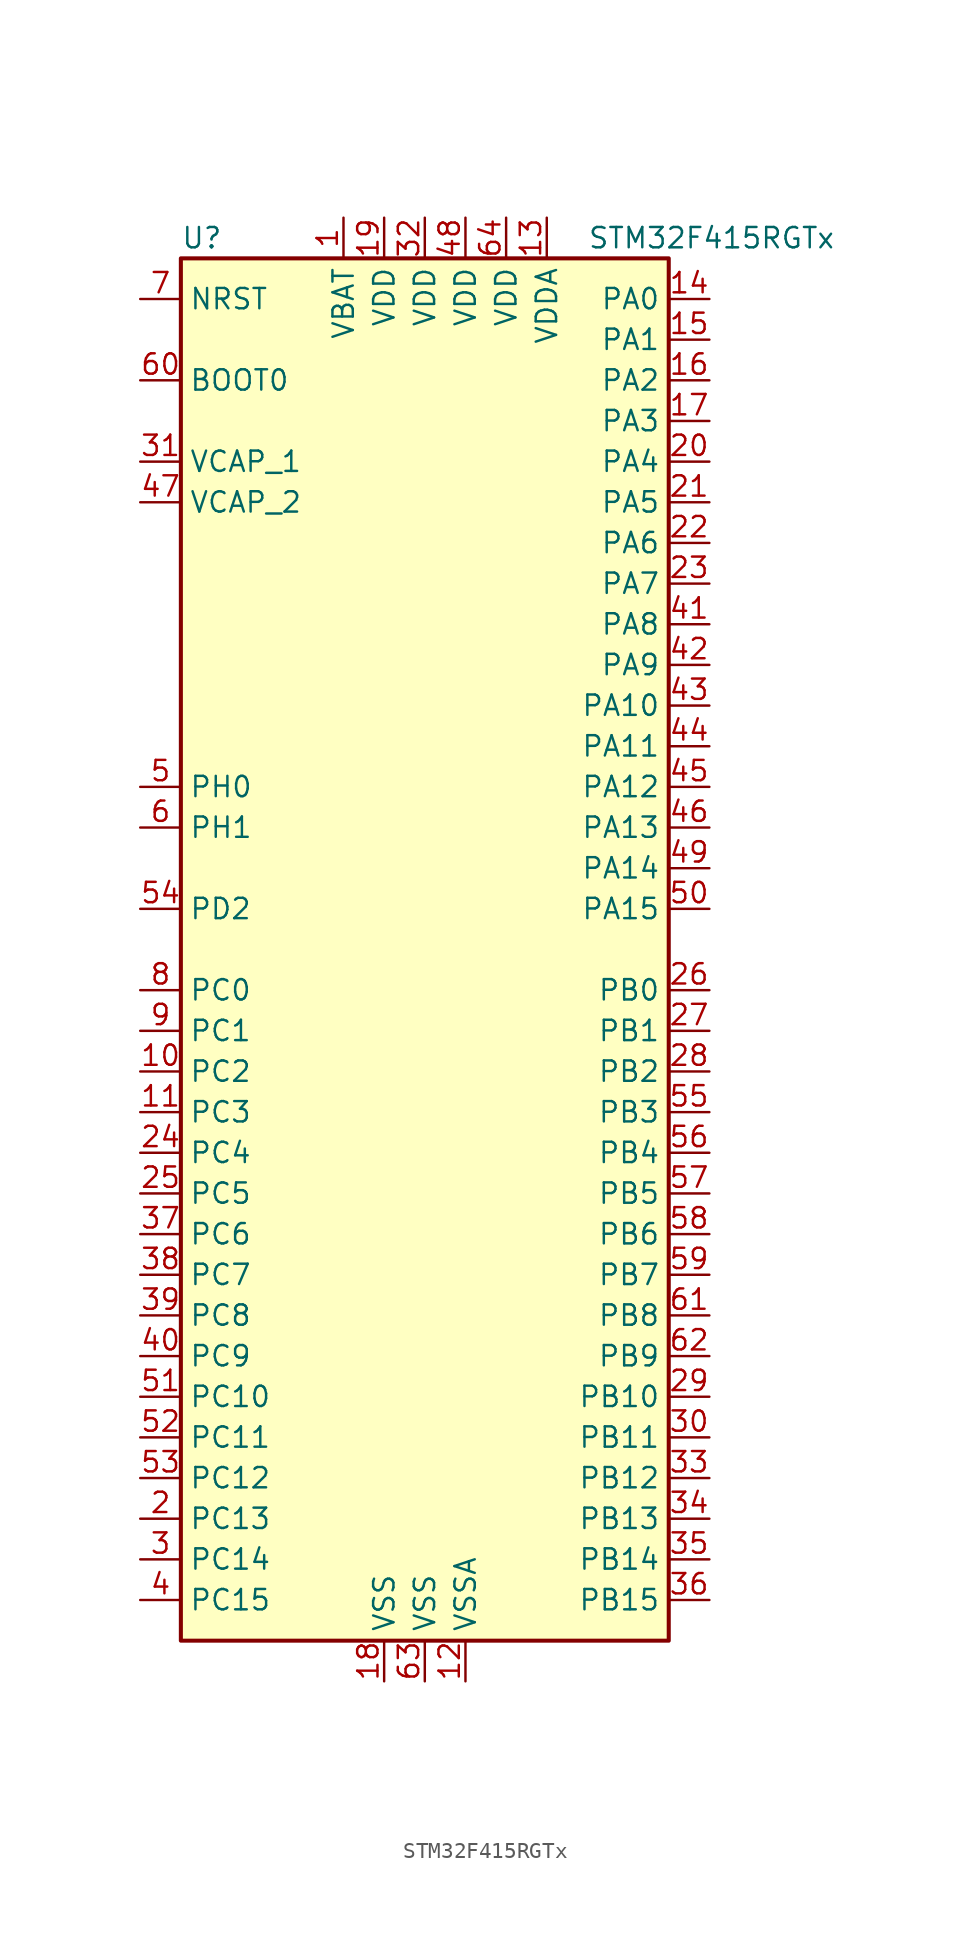
<source format=kicad_sym>
(kicad_symbol_lib
  (version 20211014)
  (generator kicad_symbol_editor)
  (symbol "STM32F415RGTx"
    (property "Reference" "U"
      (at -15.24 44.45 0)
      (effects (font (size 1.27 1.27)) (justify left)))
    (property "Value" "STM32F415RGTx"
      (at 10.16 44.45 0)
      (effects (font (size 1.27 1.27)) (justify left)))
    (symbol "STM32F415RGTx_0_1"
      (rectangle (start -15.24 -43.18) (end 15.24 43.18) (stroke (width 0.254) (type default) (color 0 0 0 0)) (fill (type background))))
    (symbol "STM32F415RGTx_1_1"
      (pin power_in line (at -5.08 45.72 270) (length 2.54) (name "VBAT" (effects (font (size 1.27 1.27)))) (number "1" (effects (font (size 1.27 1.27)))))
      (pin bidirectional line (at -17.78 -7.62 0) (length 2.54) (name "PC2" (effects (font (size 1.27 1.27)))) (number "10" (effects (font (size 1.27 1.27)))))
      (pin bidirectional line (at -17.78 -10.16 0) (length 2.54) (name "PC3" (effects (font (size 1.27 1.27)))) (number "11" (effects (font (size 1.27 1.27)))))
      (pin power_in line (at 2.54 -45.72 90) (length 2.54) (name "VSSA" (effects (font (size 1.27 1.27)))) (number "12" (effects (font (size 1.27 1.27)))))
      (pin power_in line (at 7.62 45.72 270) (length 2.54) (name "VDDA" (effects (font (size 1.27 1.27)))) (number "13" (effects (font (size 1.27 1.27)))))
      (pin bidirectional line (at 17.78 40.64 180) (length 2.54) (name "PA0" (effects (font (size 1.27 1.27)))) (number "14" (effects (font (size 1.27 1.27)))))
      (pin bidirectional line (at 17.78 38.1 180) (length 2.54) (name "PA1" (effects (font (size 1.27 1.27)))) (number "15" (effects (font (size 1.27 1.27)))))
      (pin bidirectional line (at 17.78 35.56 180) (length 2.54) (name "PA2" (effects (font (size 1.27 1.27)))) (number "16" (effects (font (size 1.27 1.27)))))
      (pin bidirectional line (at 17.78 33.02 180) (length 2.54) (name "PA3" (effects (font (size 1.27 1.27)))) (number "17" (effects (font (size 1.27 1.27)))))
      (pin power_in line (at -2.54 -45.72 90) (length 2.54) (name "VSS" (effects (font (size 1.27 1.27)))) (number "18" (effects (font (size 1.27 1.27)))))
      (pin power_in line (at -2.54 45.72 270) (length 2.54) (name "VDD" (effects (font (size 1.27 1.27)))) (number "19" (effects (font (size 1.27 1.27)))))
      (pin bidirectional line (at -17.78 -35.56 0) (length 2.54) (name "PC13" (effects (font (size 1.27 1.27)))) (number "2" (effects (font (size 1.27 1.27)))))
      (pin bidirectional line (at 17.78 30.48 180) (length 2.54) (name "PA4" (effects (font (size 1.27 1.27)))) (number "20" (effects (font (size 1.27 1.27)))))
      (pin bidirectional line (at 17.78 27.94 180) (length 2.54) (name "PA5" (effects (font (size 1.27 1.27)))) (number "21" (effects (font (size 1.27 1.27)))))
      (pin bidirectional line (at 17.78 25.4 180) (length 2.54) (name "PA6" (effects (font (size 1.27 1.27)))) (number "22" (effects (font (size 1.27 1.27)))))
      (pin bidirectional line (at 17.78 22.86 180) (length 2.54) (name "PA7" (effects (font (size 1.27 1.27)))) (number "23" (effects (font (size 1.27 1.27)))))
      (pin bidirectional line (at -17.78 -12.7 0) (length 2.54) (name "PC4" (effects (font (size 1.27 1.27)))) (number "24" (effects (font (size 1.27 1.27)))))
      (pin bidirectional line (at -17.78 -15.24 0) (length 2.54) (name "PC5" (effects (font (size 1.27 1.27)))) (number "25" (effects (font (size 1.27 1.27)))))
      (pin bidirectional line (at 17.78 -2.54 180) (length 2.54) (name "PB0" (effects (font (size 1.27 1.27)))) (number "26" (effects (font (size 1.27 1.27)))))
      (pin bidirectional line (at 17.78 -5.08 180) (length 2.54) (name "PB1" (effects (font (size 1.27 1.27)))) (number "27" (effects (font (size 1.27 1.27)))))
      (pin bidirectional line (at 17.78 -7.62 180) (length 2.54) (name "PB2" (effects (font (size 1.27 1.27)))) (number "28" (effects (font (size 1.27 1.27)))))
      (pin bidirectional line (at 17.78 -27.94 180) (length 2.54) (name "PB10" (effects (font (size 1.27 1.27)))) (number "29" (effects (font (size 1.27 1.27)))))
      (pin bidirectional line (at -17.78 -38.1 0) (length 2.54) (name "PC14" (effects (font (size 1.27 1.27)))) (number "3" (effects (font (size 1.27 1.27)))))
      (pin bidirectional line (at 17.78 -30.48 180) (length 2.54) (name "PB11" (effects (font (size 1.27 1.27)))) (number "30" (effects (font (size 1.27 1.27)))))
      (pin power_in line (at -17.78 30.48 0) (length 2.54) (name "VCAP_1" (effects (font (size 1.27 1.27)))) (number "31" (effects (font (size 1.27 1.27)))))
      (pin power_in line (at 0 45.72 270) (length 2.54) (name "VDD" (effects (font (size 1.27 1.27)))) (number "32" (effects (font (size 1.27 1.27)))))
      (pin bidirectional line (at 17.78 -33.02 180) (length 2.54) (name "PB12" (effects (font (size 1.27 1.27)))) (number "33" (effects (font (size 1.27 1.27)))))
      (pin bidirectional line (at 17.78 -35.56 180) (length 2.54) (name "PB13" (effects (font (size 1.27 1.27)))) (number "34" (effects (font (size 1.27 1.27)))))
      (pin bidirectional line (at 17.78 -38.1 180) (length 2.54) (name "PB14" (effects (font (size 1.27 1.27)))) (number "35" (effects (font (size 1.27 1.27)))))
      (pin bidirectional line (at 17.78 -40.64 180) (length 2.54) (name "PB15" (effects (font (size 1.27 1.27)))) (number "36" (effects (font (size 1.27 1.27)))))
      (pin bidirectional line (at -17.78 -17.78 0) (length 2.54) (name "PC6" (effects (font (size 1.27 1.27)))) (number "37" (effects (font (size 1.27 1.27)))))
      (pin bidirectional line (at -17.78 -20.32 0) (length 2.54) (name "PC7" (effects (font (size 1.27 1.27)))) (number "38" (effects (font (size 1.27 1.27)))))
      (pin bidirectional line (at -17.78 -22.86 0) (length 2.54) (name "PC8" (effects (font (size 1.27 1.27)))) (number "39" (effects (font (size 1.27 1.27)))))
      (pin bidirectional line (at -17.78 -40.64 0) (length 2.54) (name "PC15" (effects (font (size 1.27 1.27)))) (number "4" (effects (font (size 1.27 1.27)))))
      (pin bidirectional line (at -17.78 -25.4 0) (length 2.54) (name "PC9" (effects (font (size 1.27 1.27)))) (number "40" (effects (font (size 1.27 1.27)))))
      (pin bidirectional line (at 17.78 20.32 180) (length 2.54) (name "PA8" (effects (font (size 1.27 1.27)))) (number "41" (effects (font (size 1.27 1.27)))))
      (pin bidirectional line (at 17.78 17.78 180) (length 2.54) (name "PA9" (effects (font (size 1.27 1.27)))) (number "42" (effects (font (size 1.27 1.27)))))
      (pin bidirectional line (at 17.78 15.24 180) (length 2.54) (name "PA10" (effects (font (size 1.27 1.27)))) (number "43" (effects (font (size 1.27 1.27)))))
      (pin bidirectional line (at 17.78 12.7 180) (length 2.54) (name "PA11" (effects (font (size 1.27 1.27)))) (number "44" (effects (font (size 1.27 1.27)))))
      (pin bidirectional line (at 17.78 10.16 180) (length 2.54) (name "PA12" (effects (font (size 1.27 1.27)))) (number "45" (effects (font (size 1.27 1.27)))))
      (pin bidirectional line (at 17.78 7.62 180) (length 2.54) (name "PA13" (effects (font (size 1.27 1.27)))) (number "46" (effects (font (size 1.27 1.27)))))
      (pin power_in line (at -17.78 27.94 0) (length 2.54) (name "VCAP_2" (effects (font (size 1.27 1.27)))) (number "47" (effects (font (size 1.27 1.27)))))
      (pin power_in line (at 2.54 45.72 270) (length 2.54) (name "VDD" (effects (font (size 1.27 1.27)))) (number "48" (effects (font (size 1.27 1.27)))))
      (pin bidirectional line (at 17.78 5.08 180) (length 2.54) (name "PA14" (effects (font (size 1.27 1.27)))) (number "49" (effects (font (size 1.27 1.27)))))
      (pin input line (at -17.78 10.16 0) (length 2.54) (name "PH0" (effects (font (size 1.27 1.27)))) (number "5" (effects (font (size 1.27 1.27)))))
      (pin bidirectional line (at 17.78 2.54 180) (length 2.54) (name "PA15" (effects (font (size 1.27 1.27)))) (number "50" (effects (font (size 1.27 1.27)))))
      (pin bidirectional line (at -17.78 -27.94 0) (length 2.54) (name "PC10" (effects (font (size 1.27 1.27)))) (number "51" (effects (font (size 1.27 1.27)))))
      (pin bidirectional line (at -17.78 -30.48 0) (length 2.54) (name "PC11" (effects (font (size 1.27 1.27)))) (number "52" (effects (font (size 1.27 1.27)))))
      (pin bidirectional line (at -17.78 -33.02 0) (length 2.54) (name "PC12" (effects (font (size 1.27 1.27)))) (number "53" (effects (font (size 1.27 1.27)))))
      (pin bidirectional line (at -17.78 2.54 0) (length 2.54) (name "PD2" (effects (font (size 1.27 1.27)))) (number "54" (effects (font (size 1.27 1.27)))))
      (pin bidirectional line (at 17.78 -10.16 180) (length 2.54) (name "PB3" (effects (font (size 1.27 1.27)))) (number "55" (effects (font (size 1.27 1.27)))))
      (pin bidirectional line (at 17.78 -12.7 180) (length 2.54) (name "PB4" (effects (font (size 1.27 1.27)))) (number "56" (effects (font (size 1.27 1.27)))))
      (pin bidirectional line (at 17.78 -15.24 180) (length 2.54) (name "PB5" (effects (font (size 1.27 1.27)))) (number "57" (effects (font (size 1.27 1.27)))))
      (pin bidirectional line (at 17.78 -17.78 180) (length 2.54) (name "PB6" (effects (font (size 1.27 1.27)))) (number "58" (effects (font (size 1.27 1.27)))))
      (pin bidirectional line (at 17.78 -20.32 180) (length 2.54) (name "PB7" (effects (font (size 1.27 1.27)))) (number "59" (effects (font (size 1.27 1.27)))))
      (pin input line (at -17.78 7.62 0) (length 2.54) (name "PH1" (effects (font (size 1.27 1.27)))) (number "6" (effects (font (size 1.27 1.27)))))
      (pin input line (at -17.78 35.56 0) (length 2.54) (name "BOOT0" (effects (font (size 1.27 1.27)))) (number "60" (effects (font (size 1.27 1.27)))))
      (pin bidirectional line (at 17.78 -22.86 180) (length 2.54) (name "PB8" (effects (font (size 1.27 1.27)))) (number "61" (effects (font (size 1.27 1.27)))))
      (pin bidirectional line (at 17.78 -25.4 180) (length 2.54) (name "PB9" (effects (font (size 1.27 1.27)))) (number "62" (effects (font (size 1.27 1.27)))))
      (pin power_in line (at 0 -45.72 90) (length 2.54) (name "VSS" (effects (font (size 1.27 1.27)))) (number "63" (effects (font (size 1.27 1.27)))))
      (pin power_in line (at 5.08 45.72 270) (length 2.54) (name "VDD" (effects (font (size 1.27 1.27)))) (number "64" (effects (font (size 1.27 1.27)))))
      (pin input line (at -17.78 40.64 0) (length 2.54) (name "NRST" (effects (font (size 1.27 1.27)))) (number "7" (effects (font (size 1.27 1.27)))))
      (pin bidirectional line (at -17.78 -2.54 0) (length 2.54) (name "PC0" (effects (font (size 1.27 1.27)))) (number "8" (effects (font (size 1.27 1.27)))))
      (pin bidirectional line (at -17.78 -5.08 0) (length 2.54) (name "PC1" (effects (font (size 1.27 1.27)))) (number "9" (effects (font (size 1.27 1.27))))))))
</source>
